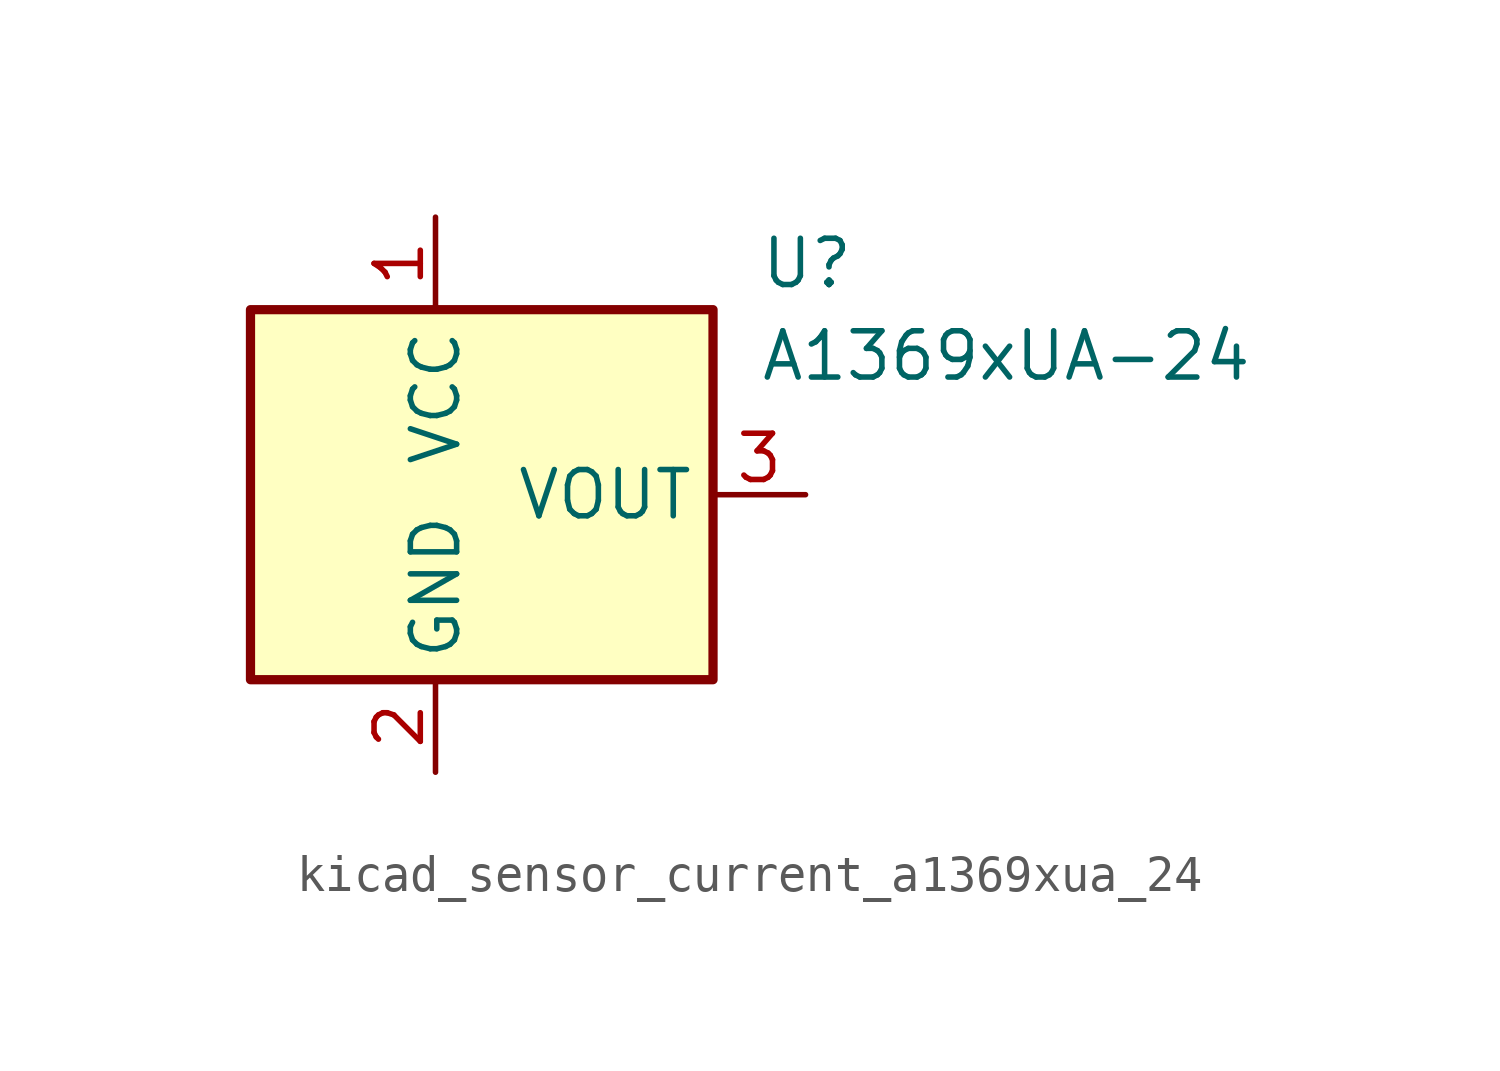
<source format=kicad_sym>
(kicad_symbol_lib
  (version 20220914)
  (generator kicad_symbol_editor)
  (symbol "kicad_sensor_current_a1369xua_24"
    (property "Reference" "U"
      (at 8.89 6.35 0)
      (effects (font (size 1.27 1.27)) (justify left)))
    (property "Value" "A1369xUA-24"
      (at 8.89 3.81 0)
      (effects (font (size 1.27 1.27)) (justify left)))
    (symbol "kicad_sensor_current_a1369xua_24_0_1"
      (rectangle (start -5.08 5.08) (end 7.62 -5.08) (stroke (width 0.254) (type default)) (fill (type background))))
    (symbol "kicad_sensor_current_a1369xua_24_1_1"
      (pin power_in line (at 0 7.62 270) (length 2.54) (name "VCC" (effects (font (size 1.27 1.27)))) (number "1" (effects (font (size 1.27 1.27)))))
      (pin power_in line (at 0 -7.62 90) (length 2.54) (name "GND" (effects (font (size 1.27 1.27)))) (number "2" (effects (font (size 1.27 1.27)))))
      (pin output line (at 10.16 0 180) (length 2.54) (name "VOUT" (effects (font (size 1.27 1.27)))) (number "3" (effects (font (size 1.27 1.27))))))))
</source>
